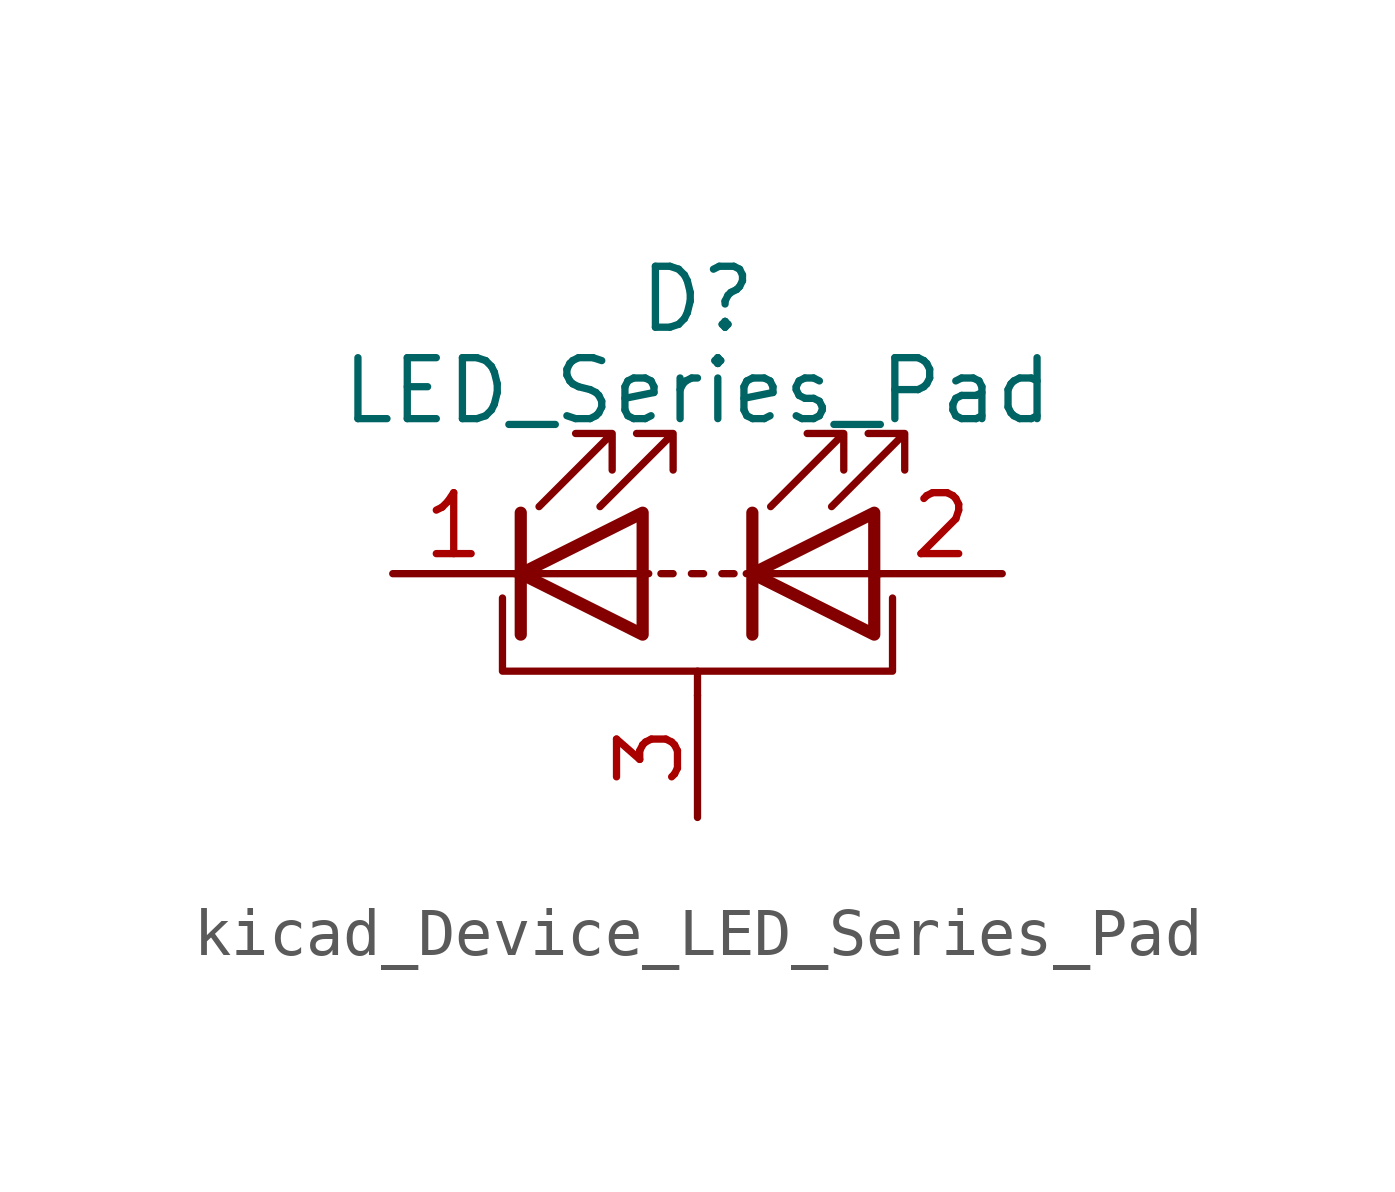
<source format=kicad_sym>
(kicad_symbol_lib
  (version 20220914)
  (generator kicad_symbol_editor)
  (symbol "kicad_Device_LED_Series_Pad"
    (pin_names
      (offset 1.016) hide)
    (property "Reference" "D"
      (at 0 5.715 0)
      (effects (font (size 1.27 1.27))))
    (property "Value" "LED_Series_Pad"
      (at 0 3.81 0)
      (effects (font (size 1.27 1.27))))
    (symbol "kicad_Device_LED_Series_Pad_0_1"
      (polyline (pts (xy -3.81 0) (xy -1.016 0)) (stroke (width 0) (type default)) (fill (type none)))
      (polyline (pts (xy -3.683 -1.27) (xy -3.683 1.27)) (stroke (width 0.254) (type default)) (fill (type none)))
      (polyline (pts (xy -0.508 0) (xy -0.762 0)) (stroke (width 0) (type default)) (fill (type none)))
      (polyline (pts (xy 0 -2.54) (xy 0 -2.032)) (stroke (width 0) (type default)) (fill (type none)))
      (polyline (pts (xy 0.127 0) (xy -0.127 0)) (stroke (width 0) (type default)) (fill (type none)))
      (polyline (pts (xy 0.508 0) (xy 0.762 0)) (stroke (width 0) (type default)) (fill (type none)))
      (polyline (pts (xy 1.016 0) (xy 3.81 0)) (stroke (width 0) (type default)) (fill (type none)))
      (polyline (pts (xy 1.143 -1.27) (xy 1.143 1.27)) (stroke (width 0.254) (type default)) (fill (type none)))
      (polyline (pts (xy -4.064 -0.508) (xy -4.064 -2.032) (xy 4.064 -2.032) (xy 4.064 -0.508)) (stroke (width 0) (type default)) (fill (type none)))
      (polyline (pts (xy -1.143 -1.27) (xy -1.143 1.27) (xy -3.683 0) (xy -1.143 -1.27)) (stroke (width 0.254) (type default)) (fill (type none)))
      (polyline (pts (xy 3.683 -1.27) (xy 3.683 1.27) (xy 1.143 0) (xy 3.683 -1.27)) (stroke (width 0.254) (type default)) (fill (type none)))
      (polyline (pts (xy -3.302 1.397) (xy -1.778 2.921) (xy -2.54 2.921) (xy -1.778 2.921) (xy -1.778 2.159)) (stroke (width 0) (type default)) (fill (type none)))
      (polyline (pts (xy -2.032 1.397) (xy -0.508 2.921) (xy -1.27 2.921) (xy -0.508 2.921) (xy -0.508 2.159)) (stroke (width 0) (type default)) (fill (type none)))
      (polyline (pts (xy 1.524 1.397) (xy 3.048 2.921) (xy 2.286 2.921) (xy 3.048 2.921) (xy 3.048 2.159)) (stroke (width 0) (type default)) (fill (type none)))
      (polyline (pts (xy 2.794 1.397) (xy 4.318 2.921) (xy 3.556 2.921) (xy 4.318 2.921) (xy 4.318 2.159)) (stroke (width 0) (type default)) (fill (type none))))
    (symbol "kicad_Device_LED_Series_Pad_1_1"
      (pin passive line (at -6.35 0 0) (length 2.54) (name "K" (effects (font (size 1.27 1.27)))) (number "1" (effects (font (size 1.27 1.27)))))
      (pin passive line (at 6.35 0 180) (length 2.54) (name "A" (effects (font (size 1.27 1.27)))) (number "2" (effects (font (size 1.27 1.27)))))
      (pin passive line (at 0 -5.08 90) (length 2.54) (name "PAD" (effects (font (size 1.27 1.27)))) (number "3" (effects (font (size 1.27 1.27))))))))
</source>
